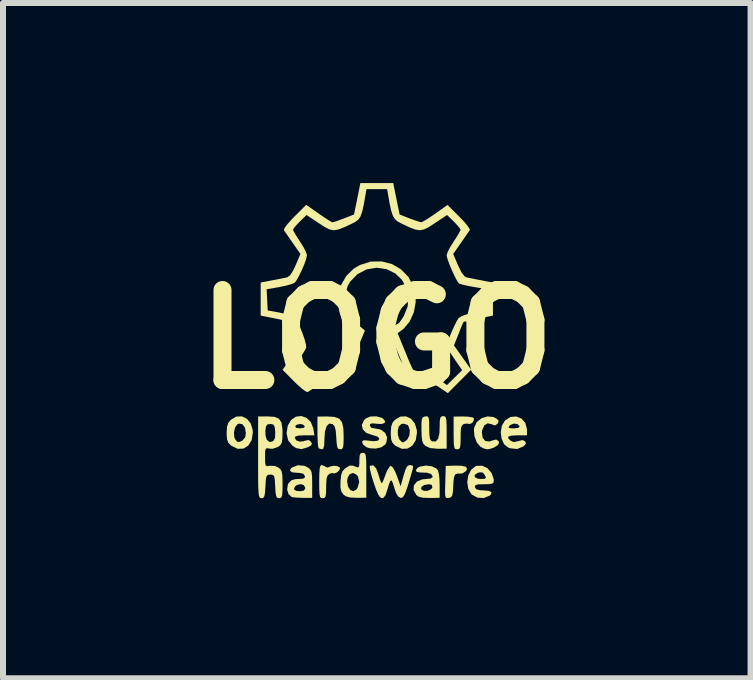
<source format=kicad_pcb>
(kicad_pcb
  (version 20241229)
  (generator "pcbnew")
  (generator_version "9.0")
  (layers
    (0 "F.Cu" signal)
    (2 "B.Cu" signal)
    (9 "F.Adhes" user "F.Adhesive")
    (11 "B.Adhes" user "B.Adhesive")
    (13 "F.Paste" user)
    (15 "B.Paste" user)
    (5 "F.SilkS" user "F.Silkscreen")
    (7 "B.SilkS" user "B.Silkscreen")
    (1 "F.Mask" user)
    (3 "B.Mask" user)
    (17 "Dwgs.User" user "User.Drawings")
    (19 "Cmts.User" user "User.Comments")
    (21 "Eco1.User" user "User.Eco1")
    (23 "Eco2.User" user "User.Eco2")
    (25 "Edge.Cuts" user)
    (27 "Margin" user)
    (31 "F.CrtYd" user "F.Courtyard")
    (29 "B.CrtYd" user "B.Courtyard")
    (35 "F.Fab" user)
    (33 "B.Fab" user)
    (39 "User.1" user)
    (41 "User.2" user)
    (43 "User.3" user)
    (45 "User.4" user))
  (footprint "LOGO"
    (layer "F.Cu")
    (at 3.229 2.604)
    (property "Reference" "LOGO" (at 0 0 0) (layer "F.SilkS") (effects (font (size 1.5 1.5) (thickness 0.3))))
    (attr board_only exclude_from_pos_files exclude_from_bom)
    (fp_poly (pts (xy 1.421 2.108) (xy 1.489 2.127) (xy 1.503 2.164) (xy 1.485 2.196) (xy 1.432 2.232) (xy 1.399 2.238) (xy 1.339 2.237) (xy 1.304 2.255) (xy 1.285 2.303) (xy 1.276 2.395) (xy 1.274 2.437) (xy 1.268 2.542) (xy 1.257 2.602) (xy 1.237 2.631) (xy 1.203 2.642) (xy 1.199 2.643) (xy 1.168 2.645) (xy 1.149 2.634) (xy 1.139 2.599) (xy 1.137 2.529) (xy 1.14 2.414) (xy 1.141 2.381) (xy 1.149 2.11) (xy 1.297 2.105)) (stroke (width 0) (type solid)) (fill yes) (layer "F.SilkS"))
    (fp_poly (pts (xy 1.531 1.29) (xy 1.597 1.302) (xy 1.617 1.313) (xy 1.616 1.354) (xy 1.587 1.395) (xy 1.549 1.412) (xy 1.538 1.409) (xy 1.492 1.404) (xy 1.454 1.411) (xy 1.424 1.428) (xy 1.406 1.464) (xy 1.398 1.531) (xy 1.397 1.631) (xy 1.395 1.738) (xy 1.388 1.798) (xy 1.371 1.826) (xy 1.342 1.833) (xy 1.338 1.833) (xy 1.311 1.829) (xy 1.294 1.809) (xy 1.285 1.762) (xy 1.281 1.678) (xy 1.28 1.56) (xy 1.28 1.288) (xy 1.44 1.286)) (stroke (width 0) (type solid)) (fill yes) (layer "F.SilkS"))
    (fp_poly (pts (xy -0.869 2.113) (xy -0.858 2.124) (xy -0.819 2.137) (xy -0.783 2.122) (xy -0.722 2.107) (xy -0.658 2.113) (xy -0.616 2.137) (xy -0.611 2.151) (xy -0.63 2.188) (xy -0.671 2.222) (xy -0.71 2.235) (xy -0.717 2.231) (xy -0.754 2.229) (xy -0.789 2.242) (xy -0.82 2.27) (xy -0.837 2.319) (xy -0.843 2.406) (xy -0.844 2.46) (xy -0.846 2.562) (xy -0.854 2.618) (xy -0.872 2.643) (xy -0.902 2.648) (xy -0.929 2.643) (xy -0.946 2.624) (xy -0.955 2.578) (xy -0.959 2.495) (xy -0.96 2.371) (xy -0.958 2.238) (xy -0.952 2.154) (xy -0.941 2.11) (xy -0.922 2.095) (xy -0.918 2.095)) (stroke (width 0) (type solid)) (fill yes) (layer "F.SilkS"))
    (fp_poly (pts (xy 1.944 1.295) (xy 1.994 1.321) (xy 2.031 1.358) (xy 2.02 1.396) (xy 2.011 1.407) (xy 1.971 1.436) (xy 1.921 1.419) (xy 1.918 1.417) (xy 1.848 1.399) (xy 1.792 1.433) (xy 1.757 1.511) (xy 1.751 1.55) (xy 1.763 1.641) (xy 1.808 1.695) (xy 1.878 1.703) (xy 1.921 1.687) (xy 1.988 1.67) (xy 2.029 1.695) (xy 2.037 1.728) (xy 2.012 1.766) (xy 1.951 1.804) (xy 1.877 1.829) (xy 1.838 1.833) (xy 1.776 1.817) (xy 1.724 1.788) (xy 1.665 1.717) (xy 1.627 1.613) (xy 1.618 1.502) (xy 1.622 1.472) (xy 1.665 1.38) (xy 1.745 1.315) (xy 1.844 1.285)) (stroke (width 0) (type solid)) (fill yes) (layer "F.SilkS"))
    (fp_poly (pts (xy -0.708 1.293) (xy -0.628 1.321) (xy -0.581 1.38) (xy -0.558 1.478) (xy -0.553 1.615) (xy -0.554 1.726) (xy -0.561 1.792) (xy -0.575 1.823) (xy -0.601 1.833) (xy -0.61 1.833) (xy -0.641 1.826) (xy -0.659 1.797) (xy -0.669 1.734) (xy -0.675 1.64) (xy -0.684 1.526) (xy -0.701 1.456) (xy -0.73 1.419) (xy -0.736 1.414) (xy -0.793 1.404) (xy -0.836 1.446) (xy -0.864 1.536) (xy -0.873 1.664) (xy -0.877 1.768) (xy -0.892 1.821) (xy -0.912 1.833) (xy -0.961 1.82) (xy -0.97 1.814) (xy -0.979 1.778) (xy -0.985 1.698) (xy -0.989 1.589) (xy -0.989 1.541) (xy -0.989 1.288) (xy -0.827 1.286)) (stroke (width 0) (type solid)) (fill yes) (layer "F.SilkS"))
    (fp_poly (pts (xy -2.165 1.324) (xy -2.101 1.403) (xy -2.068 1.514) (xy -2.066 1.557) (xy -2.086 1.681) (xy -2.142 1.771) (xy -2.222 1.821) (xy -2.318 1.825) (xy -2.419 1.777) (xy -2.426 1.773) (xy -2.472 1.727) (xy -2.495 1.671) (xy -2.502 1.584) (xy -2.502 1.56) (xy -2.502 1.55) (xy -2.38 1.55) (xy -2.375 1.632) (xy -2.355 1.675) (xy -2.321 1.709) (xy -2.287 1.71) (xy -2.238 1.686) (xy -2.193 1.633) (xy -2.182 1.559) (xy -2.198 1.47) (xy -2.239 1.415) (xy -2.295 1.404) (xy -2.323 1.416) (xy -2.362 1.469) (xy -2.38 1.55) (xy -2.502 1.55) (xy -2.496 1.457) (xy -2.473 1.39) (xy -2.435 1.343) (xy -2.343 1.288) (xy -2.249 1.284)) (stroke (width 0) (type solid)) (fill yes) (layer "F.SilkS"))
    (fp_poly (pts (xy 1.133 1.284) (xy 1.15 1.304) (xy 1.159 1.351) (xy 1.163 1.435) (xy 1.164 1.551) (xy 1.164 1.822) (xy 1.017 1.824) (xy 0.886 1.812) (xy 0.809 1.776) (xy 0.775 1.74) (xy 0.756 1.691) (xy 0.747 1.613) (xy 0.744 1.51) (xy 0.744 1.399) (xy 0.75 1.334) (xy 0.765 1.301) (xy 0.792 1.288) (xy 0.807 1.285) (xy 0.842 1.284) (xy 0.861 1.3) (xy 0.87 1.346) (xy 0.873 1.434) (xy 0.873 1.479) (xy 0.876 1.592) (xy 0.886 1.659) (xy 0.907 1.692) (xy 0.92 1.699) (xy 0.982 1.703) (xy 1.022 1.657) (xy 1.044 1.559) (xy 1.047 1.466) (xy 1.049 1.365) (xy 1.058 1.309) (xy 1.077 1.285) (xy 1.106 1.28)) (stroke (width 0) (type solid)) (fill yes) (layer "F.SilkS"))
    (fp_poly (pts (xy 0.57 1.324) (xy 0.634 1.403) (xy 0.667 1.514) (xy 0.669 1.557) (xy 0.649 1.681) (xy 0.593 1.771) (xy 0.513 1.821) (xy 0.417 1.825) (xy 0.316 1.777) (xy 0.309 1.773) (xy 0.263 1.727) (xy 0.24 1.671) (xy 0.233 1.584) (xy 0.233 1.56) (xy 0.235 1.519) (xy 0.349 1.519) (xy 0.352 1.599) (xy 0.376 1.67) (xy 0.418 1.712) (xy 0.44 1.717) (xy 0.475 1.698) (xy 0.507 1.671) (xy 0.543 1.603) (xy 0.55 1.518) (xy 0.527 1.445) (xy 0.511 1.427) (xy 0.45 1.406) (xy 0.409 1.411) (xy 0.367 1.45) (xy 0.349 1.519) (xy 0.235 1.519) (xy 0.239 1.457) (xy 0.262 1.39) (xy 0.3 1.343) (xy 0.392 1.288) (xy 0.486 1.284)) (stroke (width 0) (type solid)) (fill yes) (layer "F.SilkS"))
    (fp_poly (pts (xy -1.173 1.308) (xy -1.101 1.376) (xy -1.059 1.481) (xy -1.057 1.491) (xy -1.04 1.6) (xy -1.204 1.6) (xy -1.303 1.604) (xy -1.354 1.618) (xy -1.367 1.642) (xy -1.343 1.684) (xy -1.285 1.705) (xy -1.217 1.698) (xy -1.198 1.69) (xy -1.138 1.678) (xy -1.11 1.695) (xy -1.08 1.737) (xy -1.097 1.77) (xy -1.151 1.799) (xy -1.255 1.83) (xy -1.344 1.813) (xy -1.405 1.774) (xy -1.478 1.683) (xy -1.504 1.564) (xy -1.485 1.447) (xy -1.36 1.447) (xy -1.345 1.475) (xy -1.28 1.484) (xy -1.213 1.474) (xy -1.2 1.447) (xy -1.235 1.419) (xy -1.28 1.411) (xy -1.338 1.425) (xy -1.36 1.447) (xy -1.485 1.447) (xy -1.484 1.44) (xy -1.428 1.343) (xy -1.349 1.29) (xy -1.26 1.278)) (stroke (width 0) (type solid)) (fill yes) (layer "F.SilkS"))
    (fp_poly (pts (xy 0.082 1.308) (xy 0.101 1.319) (xy 0.139 1.364) (xy 0.127 1.397) (xy 0.071 1.412) (xy -0.002 1.407) (xy -0.077 1.4) (xy -0.11 1.411) (xy -0.116 1.436) (xy -0.093 1.474) (xy -0.036 1.484) (xy 0.067 1.505) (xy 0.139 1.56) (xy 0.172 1.636) (xy 0.158 1.722) (xy 0.138 1.755) (xy 0.075 1.799) (xy -0.018 1.821) (xy -0.116 1.816) (xy -0.175 1.797) (xy -0.228 1.754) (xy -0.247 1.712) (xy -0.228 1.685) (xy -0.189 1.683) (xy -0.061 1.698) (xy 0.017 1.69) (xy 0.044 1.659) (xy 0.044 1.659) (xy 0.016 1.623) (xy -0.064 1.598) (xy -0.07 1.597) (xy -0.173 1.561) (xy -0.234 1.501) (xy -0.25 1.427) (xy -0.215 1.35) (xy -0.181 1.317) (xy -0.104 1.286) (xy -0.007 1.284)) (stroke (width 0) (type solid)) (fill yes) (layer "F.SilkS"))
    (fp_poly (pts (xy 0.913 2.115) (xy 0.991 2.151) (xy 1.018 2.181) (xy 1.033 2.238) (xy 1.044 2.331) (xy 1.047 2.439) (xy 1.047 2.641) (xy 0.877 2.644) (xy 0.766 2.64) (xy 0.697 2.622) (xy 0.658 2.594) (xy 0.613 2.511) (xy 0.613 2.499) (xy 0.74 2.499) (xy 0.741 2.501) (xy 0.786 2.526) (xy 0.85 2.523) (xy 0.906 2.497) (xy 0.926 2.466) (xy 0.916 2.426) (xy 0.868 2.415) (xy 0.79 2.428) (xy 0.743 2.459) (xy 0.74 2.499) (xy 0.613 2.499) (xy 0.618 2.433) (xy 0.669 2.37) (xy 0.758 2.333) (xy 0.817 2.328) (xy 0.897 2.32) (xy 0.93 2.295) (xy 0.931 2.285) (xy 0.905 2.245) (xy 0.834 2.223) (xy 0.733 2.22) (xy 0.73 2.22) (xy 0.667 2.211) (xy 0.65 2.179) (xy 0.682 2.14) (xy 0.717 2.122) (xy 0.815 2.104)) (stroke (width 0) (type solid)) (fill yes) (layer "F.SilkS"))
    (fp_poly (pts (xy -1.209 2.107) (xy -1.141 2.14) (xy -1.108 2.17) (xy -1.089 2.21) (xy -1.079 2.277) (xy -1.077 2.384) (xy -1.077 2.414) (xy -1.077 2.642) (xy -1.229 2.642) (xy -1.324 2.639) (xy -1.397 2.632) (xy -1.42 2.627) (xy -1.471 2.58) (xy -1.494 2.504) (xy -1.493 2.499) (xy -1.382 2.499) (xy -1.345 2.525) (xy -1.275 2.531) (xy -1.214 2.521) (xy -1.193 2.483) (xy -1.193 2.473) (xy -1.216 2.43) (xy -1.268 2.413) (xy -1.329 2.427) (xy -1.364 2.454) (xy -1.382 2.499) (xy -1.493 2.499) (xy -1.483 2.423) (xy -1.469 2.396) (xy -1.422 2.348) (xy -1.351 2.329) (xy -1.306 2.328) (xy -1.231 2.323) (xy -1.2 2.306) (xy -1.199 2.277) (xy -1.225 2.24) (xy -1.292 2.226) (xy -1.315 2.226) (xy -1.406 2.217) (xy -1.447 2.193) (xy -1.435 2.156) (xy -1.413 2.136) (xy -1.317 2.099)) (stroke (width 0) (type solid)) (fill yes) (layer "F.SilkS"))
    (fp_poly (pts (xy 2.411 1.321) (xy 2.475 1.394) (xy 2.502 1.498) (xy 2.502 1.508) (xy 2.502 1.6) (xy 2.342 1.6) (xy 2.239 1.605) (xy 2.19 1.623) (xy 2.193 1.654) (xy 2.228 1.689) (xy 2.28 1.713) (xy 2.35 1.699) (xy 2.358 1.696) (xy 2.426 1.679) (xy 2.467 1.696) (xy 2.473 1.702) (xy 2.485 1.74) (xy 2.447 1.781) (xy 2.439 1.787) (xy 2.339 1.828) (xy 2.225 1.816) (xy 2.189 1.803) (xy 2.12 1.747) (xy 2.079 1.656) (xy 2.065 1.549) (xy 2.079 1.468) (xy 2.195 1.468) (xy 2.217 1.481) (xy 2.283 1.484) (xy 2.358 1.476) (xy 2.38 1.452) (xy 2.379 1.447) (xy 2.341 1.411) (xy 2.28 1.405) (xy 2.222 1.429) (xy 2.212 1.439) (xy 2.195 1.468) (xy 2.079 1.468) (xy 2.083 1.442) (xy 2.134 1.355) (xy 2.137 1.352) (xy 2.228 1.294) (xy 2.324 1.286)) (stroke (width 0) (type solid)) (fill yes) (layer "F.SilkS"))
    (fp_poly (pts (xy 1.844 2.149) (xy 1.912 2.227) (xy 1.947 2.327) (xy 1.949 2.358) (xy 1.942 2.391) (xy 1.911 2.408) (xy 1.843 2.414) (xy 1.787 2.415) (xy 1.694 2.417) (xy 1.647 2.428) (xy 1.634 2.45) (xy 1.635 2.466) (xy 1.658 2.5) (xy 1.717 2.515) (xy 1.766 2.517) (xy 1.864 2.525) (xy 1.911 2.547) (xy 1.904 2.583) (xy 1.878 2.606) (xy 1.781 2.645) (xy 1.675 2.638) (xy 1.583 2.587) (xy 1.574 2.578) (xy 1.523 2.488) (xy 1.507 2.38) (xy 1.524 2.27) (xy 1.528 2.262) (xy 1.63 2.262) (xy 1.634 2.297) (xy 1.681 2.322) (xy 1.732 2.328) (xy 1.799 2.324) (xy 1.819 2.308) (xy 1.804 2.27) (xy 1.804 2.269) (xy 1.766 2.221) (xy 1.716 2.216) (xy 1.675 2.229) (xy 1.63 2.262) (xy 1.528 2.262) (xy 1.57 2.176) (xy 1.643 2.116) (xy 1.66 2.109) (xy 1.755 2.106)) (stroke (width 0) (type solid)) (fill yes) (layer "F.SilkS"))
    (fp_poly (pts (xy -0.209 1.894) (xy -0.193 1.91) (xy -0.183 1.948) (xy -0.177 2.017) (xy -0.175 2.127) (xy -0.175 2.266) (xy -0.175 2.64) (xy -0.337 2.641) (xy -0.447 2.636) (xy -0.518 2.615) (xy -0.557 2.586) (xy -0.591 2.538) (xy -0.606 2.472) (xy -0.605 2.369) (xy -0.605 2.366) (xy -0.495 2.366) (xy -0.479 2.456) (xy -0.441 2.513) (xy -0.391 2.531) (xy -0.341 2.504) (xy -0.321 2.475) (xy -0.293 2.375) (xy -0.314 2.287) (xy -0.337 2.257) (xy -0.396 2.227) (xy -0.45 2.246) (xy -0.486 2.306) (xy -0.495 2.366) (xy -0.605 2.366) (xy -0.605 2.366) (xy -0.595 2.265) (xy -0.574 2.202) (xy -0.534 2.156) (xy -0.517 2.144) (xy -0.453 2.105) (xy -0.399 2.105) (xy -0.365 2.118) (xy -0.319 2.136) (xy -0.298 2.126) (xy -0.291 2.077) (xy -0.291 2.021) (xy -0.287 1.94) (xy -0.271 1.901) (xy -0.236 1.891) (xy -0.233 1.891)) (stroke (width 0) (type solid)) (fill yes) (layer "F.SilkS"))
    (fp_poly (pts (xy 0.602 2.108) (xy 0.603 2.146) (xy 0.551 2.327) (xy 0.511 2.459) (xy 0.479 2.549) (xy 0.453 2.605) (xy 0.43 2.634) (xy 0.406 2.642) (xy 0.395 2.642) (xy 0.354 2.618) (xy 0.318 2.555) (xy 0.291 2.473) (xy 0.263 2.386) (xy 0.242 2.349) (xy 0.221 2.365) (xy 0.196 2.435) (xy 0.175 2.509) (xy 0.143 2.601) (xy 0.107 2.643) (xy 0.086 2.648) (xy 0.055 2.633) (xy 0.023 2.584) (xy -0.016 2.494) (xy -0.053 2.386) (xy -0.092 2.26) (xy -0.114 2.166) (xy -0.117 2.114) (xy -0.113 2.107) (xy -0.058 2.1) (xy -0.011 2.151) (xy 0.029 2.258) (xy 0.031 2.267) (xy 0.055 2.346) (xy 0.076 2.392) (xy 0.085 2.398) (xy 0.104 2.363) (xy 0.132 2.292) (xy 0.148 2.246) (xy 0.183 2.166) (xy 0.219 2.117) (xy 0.235 2.109) (xy 0.267 2.135) (xy 0.306 2.205) (xy 0.336 2.279) (xy 0.396 2.449) (xy 0.446 2.272) (xy 0.477 2.172) (xy 0.505 2.118) (xy 0.538 2.097) (xy 0.556 2.095)) (stroke (width 0) (type solid)) (fill yes) (layer "F.SilkS"))
    (fp_poly (pts (xy -1.707 1.292) (xy -1.631 1.323) (xy -1.589 1.388) (xy -1.573 1.496) (xy -1.571 1.56) (xy -1.574 1.664) (xy -1.585 1.727) (xy -1.61 1.766) (xy -1.644 1.792) (xy -1.737 1.825) (xy -1.789 1.821) (xy -1.831 1.814) (xy -1.852 1.827) (xy -1.861 1.873) (xy -1.862 1.964) (xy -1.861 2.055) (xy -1.852 2.101) (xy -1.83 2.114) (xy -1.789 2.107) (xy -1.696 2.111) (xy -1.644 2.136) (xy -1.607 2.164) (xy -1.586 2.2) (xy -1.575 2.258) (xy -1.571 2.352) (xy -1.571 2.416) (xy -1.572 2.531) (xy -1.578 2.601) (xy -1.591 2.635) (xy -1.614 2.647) (xy -1.628 2.648) (xy -1.659 2.641) (xy -1.677 2.612) (xy -1.688 2.549) (xy -1.693 2.451) (xy -1.699 2.347) (xy -1.709 2.288) (xy -1.728 2.262) (xy -1.761 2.255) (xy -1.775 2.255) (xy -1.814 2.258) (xy -1.836 2.278) (xy -1.848 2.325) (xy -1.854 2.415) (xy -1.856 2.451) (xy -1.863 2.556) (xy -1.874 2.616) (xy -1.893 2.642) (xy -1.922 2.648) (xy -1.94 2.645) (xy -1.953 2.634) (xy -1.963 2.606) (xy -1.97 2.556) (xy -1.975 2.475) (xy -1.977 2.357) (xy -1.978 2.196) (xy -1.978 1.984) (xy -1.978 1.967) (xy -1.978 1.522) (xy -1.857 1.522) (xy -1.854 1.606) (xy -1.836 1.668) (xy -1.831 1.675) (xy -1.788 1.712) (xy -1.741 1.703) (xy -1.722 1.691) (xy -1.696 1.642) (xy -1.692 1.545) (xy -1.693 1.539) (xy -1.702 1.459) (xy -1.722 1.422) (xy -1.762 1.411) (xy -1.775 1.411) (xy -1.823 1.419) (xy -1.847 1.453) (xy -1.857 1.522) (xy -1.978 1.522) (xy -1.978 1.286) (xy -1.826 1.285)) (stroke (width 0) (type solid)) (fill yes) (layer "F.SilkS"))
    (fp_poly (pts (xy 0.294 -2.502) (xy 0.312 -2.413) (xy 0.335 -2.301) (xy 0.347 -2.24) (xy 0.38 -2.08) (xy 0.547 -2.014) (xy 0.64 -1.98) (xy 0.712 -1.957) (xy 0.743 -1.95) (xy 0.778 -1.967) (xy 0.848 -2.009) (xy 0.939 -2.07) (xy 0.975 -2.095) (xy 1.178 -2.239) (xy 1.373 -2.045) (xy 1.456 -1.959) (xy 1.516 -1.885) (xy 1.548 -1.835) (xy 1.549 -1.821) (xy 1.524 -1.783) (xy 1.475 -1.712) (xy 1.412 -1.621) (xy 1.401 -1.606) (xy 1.273 -1.422) (xy 1.353 -1.234) (xy 1.41 -1.117) (xy 1.46 -1.051) (xy 1.495 -1.032) (xy 1.555 -1.02) (xy 1.651 -1) (xy 1.746 -0.982) (xy 1.935 -0.946) (xy 1.935 -0.67) (xy 1.935 -0.395) (xy 1.694 -0.347) (xy 1.583 -0.324) (xy 1.497 -0.304) (xy 1.449 -0.29) (xy 1.444 -0.288) (xy 1.43 -0.257) (xy 1.4 -0.187) (xy 1.363 -0.092) (xy 1.361 -0.087) (xy 1.286 0.102) (xy 1.429 0.304) (xy 1.572 0.507) (xy 1.378 0.702) (xy 1.184 0.897) (xy 0.993 0.769) (xy 0.878 0.696) (xy 0.797 0.655) (xy 0.737 0.645) (xy 0.686 0.661) (xy 0.653 0.683) (xy 0.603 0.716) (xy 0.579 0.726) (xy 0.563 0.701) (xy 0.528 0.631) (xy 0.48 0.525) (xy 0.423 0.392) (xy 0.38 0.29) (xy 0.198 -0.146) (xy 0.266 -0.203) (xy 0.321 -0.244) (xy 0.355 -0.261) (xy 0.38 -0.284) (xy 0.422 -0.343) (xy 0.45 -0.388) (xy 0.514 -0.547) (xy 0.526 -0.707) (xy 0.492 -0.858) (xy 0.418 -0.992) (xy 0.307 -1.098) (xy 0.165 -1.168) (xy 0 -1.193) (xy -0.171 -1.165) (xy -0.321 -1.086) (xy -0.442 -0.963) (xy -0.483 -0.896) (xy -0.519 -0.773) (xy -0.522 -0.626) (xy -0.491 -0.479) (xy -0.45 -0.388) (xy -0.404 -0.316) (xy -0.367 -0.269) (xy -0.355 -0.261) (xy -0.32 -0.243) (xy -0.266 -0.203) (xy -0.198 -0.146) (xy -0.38 0.29) (xy -0.442 0.437) (xy -0.497 0.563) (xy -0.541 0.658) (xy -0.57 0.715) (xy -0.579 0.726) (xy -0.613 0.71) (xy -0.653 0.683) (xy -0.712 0.65) (xy -0.772 0.647) (xy -0.847 0.676) (xy -0.951 0.742) (xy -0.963 0.75) (xy -1.048 0.81) (xy -1.117 0.857) (xy -1.151 0.88) (xy -1.184 0.869) (xy -1.246 0.824) (xy -1.327 0.752) (xy -1.376 0.704) (xy -1.57 0.509) (xy -1.428 0.305) (xy -1.286 0.102) (xy -1.361 -0.087) (xy -1.399 -0.183) (xy -1.429 -0.254) (xy -1.444 -0.287) (xy -1.444 -0.288) (xy -1.475 -0.298) (xy -1.549 -0.316) (xy -1.652 -0.339) (xy -1.694 -0.347) (xy -1.935 -0.395) (xy -1.935 -0.67) (xy -1.935 -0.834) (xy -1.836 -0.834) (xy -1.827 -0.657) (xy -1.818 -0.481) (xy -1.616 -0.444) (xy -1.502 -0.417) (xy -1.411 -0.385) (xy -1.365 -0.356) (xy -1.326 -0.298) (xy -1.282 -0.208) (xy -1.239 -0.102) (xy -1.202 0.003) (xy -1.18 0.09) (xy -1.177 0.141) (xy -1.201 0.188) (xy -1.249 0.265) (xy -1.307 0.349) (xy -1.422 0.509) (xy -1.301 0.633) (xy -1.236 0.699) (xy -1.188 0.743) (xy -1.17 0.756) (xy -1.143 0.741) (xy -1.082 0.7) (xy -1 0.642) (xy -0.997 0.64) (xy -0.877 0.564) (xy -0.784 0.529) (xy -0.708 0.533) (xy -0.67 0.552) (xy -0.648 0.554) (xy -0.621 0.528) (xy -0.587 0.468) (xy -0.539 0.366) (xy -0.486 0.24) (xy -0.344 -0.099) (xy -0.418 -0.152) (xy -0.537 -0.273) (xy -0.613 -0.419) (xy -0.647 -0.581) (xy -0.639 -0.749) (xy -0.592 -0.911) (xy -0.507 -1.058) (xy -0.384 -1.178) (xy -0.282 -1.238) (xy -0.099 -1.295) (xy 0.082 -1.298) (xy 0.253 -1.254) (xy 0.404 -1.166) (xy 0.527 -1.038) (xy 0.612 -0.875) (xy 0.636 -0.79) (xy 0.648 -0.62) (xy 0.617 -0.45) (xy 0.547 -0.296) (xy 0.446 -0.175) (xy 0.419 -0.154) (xy 0.347 -0.101) (xy 0.486 0.238) (xy 0.544 0.379) (xy 0.587 0.474) (xy 0.619 0.529) (xy 0.644 0.553) (xy 0.668 0.553) (xy 0.674 0.55) (xy 0.741 0.527) (xy 0.813 0.535) (xy 0.902 0.577) (xy 1.002 0.644) (xy 1.169 0.763) (xy 1.295 0.639) (xy 1.422 0.515) (xy 1.293 0.327) (xy 1.232 0.235) (xy 1.186 0.161) (xy 1.165 0.117) (xy 1.164 0.113) (xy 1.176 0.062) (xy 1.206 -0.023) (xy 1.248 -0.126) (xy 1.294 -0.227) (xy 1.335 -0.31) (xy 1.365 -0.356) (xy 1.419 -0.388) (xy 1.513 -0.42) (xy 1.616 -0.444) (xy 1.818 -0.481) (xy 1.827 -0.658) (xy 1.836 -0.835) (xy 1.619 -0.872) (xy 1.511 -0.892) (xy 1.424 -0.912) (xy 1.375 -0.927) (xy 1.372 -0.928) (xy 1.343 -0.965) (xy 1.302 -1.041) (xy 1.257 -1.138) (xy 1.213 -1.24) (xy 1.18 -1.331) (xy 1.164 -1.393) (xy 1.164 -1.401) (xy 1.18 -1.453) (xy 1.221 -1.534) (xy 1.279 -1.627) (xy 1.28 -1.629) (xy 1.338 -1.717) (xy 1.379 -1.787) (xy 1.396 -1.825) (xy 1.397 -1.825) (xy 1.377 -1.858) (xy 1.328 -1.915) (xy 1.284 -1.961) (xy 1.171 -2.071) (xy 0.963 -1.933) (xy 0.863 -1.868) (xy 0.786 -1.83) (xy 0.716 -1.817) (xy 0.638 -1.83) (xy 0.538 -1.869) (xy 0.407 -1.931) (xy 0.346 -1.964) (xy 0.3 -2.004) (xy 0.267 -2.06) (xy 0.239 -2.143) (xy 0.213 -2.265) (xy 0.191 -2.393) (xy 0.172 -2.502) (xy 0 -2.502) (xy -0.172 -2.502) (xy -0.191 -2.393) (xy -0.219 -2.234) (xy -0.245 -2.122) (xy -0.273 -2.045) (xy -0.309 -1.994) (xy -0.358 -1.957) (xy -0.407 -1.931) (xy -0.543 -1.867) (xy -0.642 -1.829) (xy -0.719 -1.817) (xy -0.789 -1.831) (xy -0.867 -1.871) (xy -0.963 -1.933) (xy -1.171 -2.071) (xy -1.284 -1.961) (xy -1.347 -1.895) (xy -1.388 -1.844) (xy -1.397 -1.825) (xy -1.381 -1.791) (xy -1.341 -1.723) (xy -1.284 -1.635) (xy -1.28 -1.629) (xy -1.222 -1.536) (xy -1.18 -1.454) (xy -1.164 -1.402) (xy -1.164 -1.401) (xy -1.177 -1.34) (xy -1.209 -1.248) (xy -1.254 -1.144) (xy -1.303 -1.045) (xy -1.346 -0.97) (xy -1.37 -0.942) (xy -1.418 -0.921) (xy -1.505 -0.896) (xy -1.613 -0.873) (xy -1.623 -0.871) (xy -1.836 -0.834) (xy -1.935 -0.834) (xy -1.935 -0.946) (xy -1.746 -0.982) (xy -1.638 -1.003) (xy -1.545 -1.022) (xy -1.495 -1.032) (xy -1.446 -1.065) (xy -1.394 -1.146) (xy -1.353 -1.234) (xy -1.273 -1.422) (xy -1.401 -1.606) (xy -1.465 -1.698) (xy -1.517 -1.773) (xy -1.547 -1.817) (xy -1.549 -1.821) (xy -1.538 -1.853) (xy -1.493 -1.915) (xy -1.421 -1.996) (xy -1.372 -2.046) (xy -1.176 -2.241) (xy -0.969 -2.095) (xy -0.873 -2.03) (xy -0.795 -1.979) (xy -0.747 -1.952) (xy -0.739 -1.949) (xy -0.701 -1.959) (xy -0.626 -1.985) (xy -0.547 -2.014) (xy -0.38 -2.08) (xy -0.347 -2.24) (xy -0.324 -2.352) (xy -0.303 -2.458) (xy -0.294 -2.502) (xy -0.274 -2.604) (xy 0 -2.604) (xy 0.274 -2.604)) (stroke (width 0) (type solid)) (fill yes) (layer "F.SilkS")))
  (gr_rect
    (start -3 -3)
    (end 9.457 8.252)
    (stroke (width 0.1) (type default))
    (fill no)
    (layer "Edge.Cuts")))
</source>
